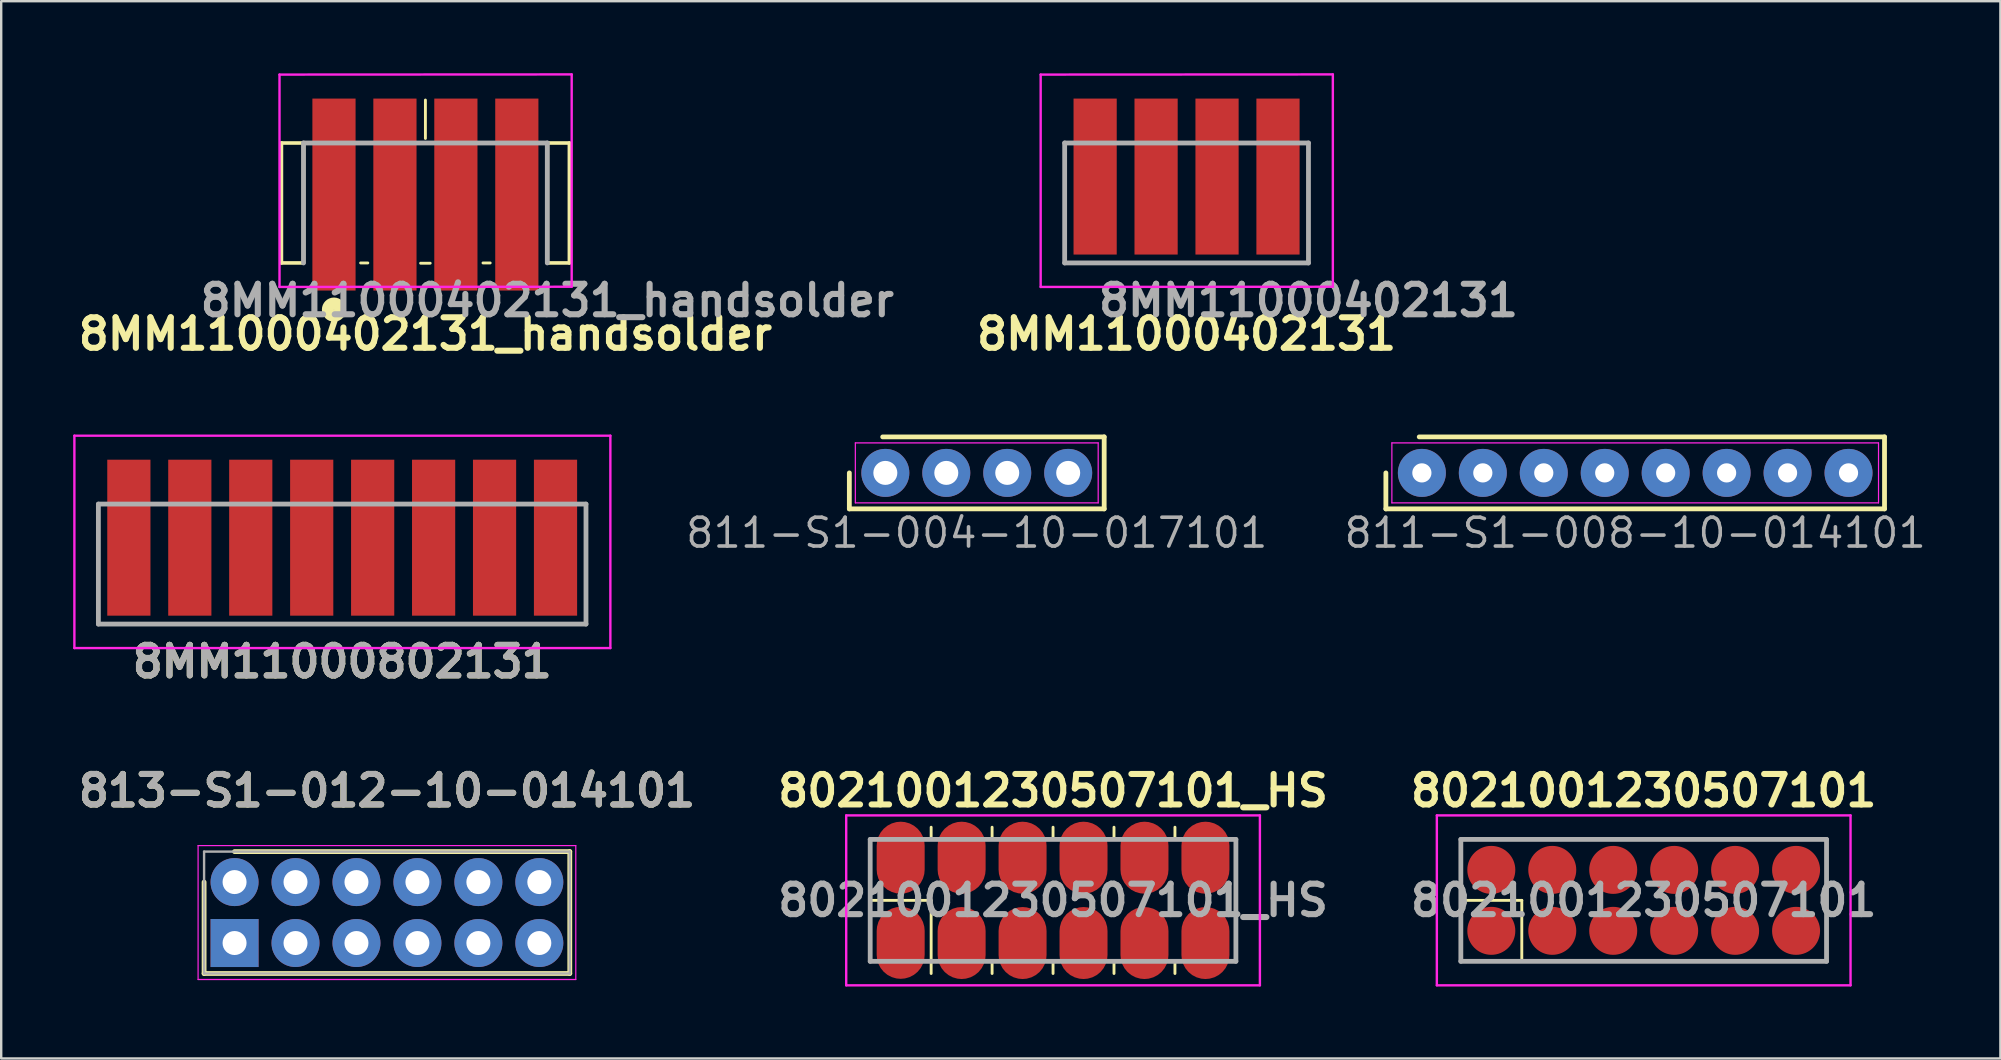
<source format=kicad_pcb>
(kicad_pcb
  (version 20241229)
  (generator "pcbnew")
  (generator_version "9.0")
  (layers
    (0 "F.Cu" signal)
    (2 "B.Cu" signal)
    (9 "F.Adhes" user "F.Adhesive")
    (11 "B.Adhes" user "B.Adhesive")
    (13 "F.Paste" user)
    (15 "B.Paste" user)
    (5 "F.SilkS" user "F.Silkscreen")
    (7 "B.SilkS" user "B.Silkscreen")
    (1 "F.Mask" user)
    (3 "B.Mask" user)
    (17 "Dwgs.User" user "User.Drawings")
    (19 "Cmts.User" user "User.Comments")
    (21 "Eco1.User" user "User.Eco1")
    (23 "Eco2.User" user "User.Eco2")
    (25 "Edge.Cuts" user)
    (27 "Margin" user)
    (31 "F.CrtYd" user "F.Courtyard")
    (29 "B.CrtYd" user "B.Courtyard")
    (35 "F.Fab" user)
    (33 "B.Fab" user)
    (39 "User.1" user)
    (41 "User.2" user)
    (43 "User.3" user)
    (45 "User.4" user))
  (footprint "8MM11000402131"
    (layer "F.Cu")
    (at 46.398 4.519)
    (property "Reference" "8MM11000402131" (at 0 6.35 0) (layer "F.SilkS") (effects (font (size 1.27 1.27) (thickness 0.254))))
    (attr smd)
    (fp_line (start -5.08 -1.611) (end -5.08 3.389) (stroke (width 0.1) (type solid)) (layer "F.SilkS"))
    (fp_line (start -5.08 3.389) (end 5.08 3.389) (stroke (width 0.1) (type solid)) (layer "F.SilkS"))
    (fp_line (start 5.08 3.389) (end 5.08 -1.611) (stroke (width 0.1) (type solid)) (layer "F.SilkS"))
    (fp_line (start -6.08 -4.461) (end 6.096 -4.468) (stroke (width 0.1) (type solid)) (layer "F.CrtYd"))
    (fp_line (start -6.08 4.389) (end -6.08 -4.461) (stroke (width 0.1) (type solid)) (layer "F.CrtYd"))
    (fp_line (start 6.096 -4.468) (end 6.096 4.381) (stroke (width 0.1) (type solid)) (layer "F.CrtYd"))
    (fp_line (start 6.096 4.381) (end -6.08 4.389) (stroke (width 0.1) (type solid)) (layer "F.CrtYd"))
    (fp_line (start -5.08 -1.611) (end 5.08 -1.611) (stroke (width 0.2) (type solid)) (layer "F.Fab"))
    (fp_line (start -5.08 3.389) (end -5.08 -1.611) (stroke (width 0.2) (type solid)) (layer "F.Fab"))
    (fp_line (start 5.08 -1.611) (end 5.08 3.389) (stroke (width 0.2) (type solid)) (layer "F.Fab"))
    (fp_line (start 5.08 3.389) (end -5.08 3.389) (stroke (width 0.2) (type solid)) (layer "F.Fab"))
    (fp_text user "${REFERENCE}" (at 5.08 4.953 0) (layer "F.Fab") (effects (font (size 1.27 1.27) (thickness 0.254))))
    (pad "1" smd rect (at -3.81 -0.211) (size 1.8 6.5) (layers "F.Cu" "F.Mask" "F.Paste"))
    (pad "2" smd rect (at -1.27 -0.211) (size 1.8 6.5) (layers "F.Cu" "F.Mask" "F.Paste"))
    (pad "3" smd rect (at 1.27 -0.211) (size 1.8 6.5) (layers "F.Cu" "F.Mask" "F.Paste"))
    (pad "4" smd rect (at 3.81 -0.211) (size 1.8 6.5) (layers "F.Cu" "F.Mask" "F.Paste")))
  (footprint "813-S1-012-10-014101"
    (layer "F.Cu")
    (at 6.725 33.709)
    (property "Reference" "813-S1-012-10-014101" (at 6.35 -3.81 0) (layer "F.SilkS") (effects (font (size 1.27 1.27) (thickness 0.254))))
    (attr through_hole)
    (fp_line (start -1.27 3.81) (end -1.27 0) (stroke (width 0.2) (type solid)) (layer "F.SilkS"))
    (fp_line (start 0 -1.27) (end 13.97 -1.27) (stroke (width 0.2) (type solid)) (layer "F.SilkS"))
    (fp_line (start 13.97 -1.27) (end 13.97 3.81) (stroke (width 0.2) (type solid)) (layer "F.SilkS"))
    (fp_line (start 13.97 3.81) (end -1.27 3.81) (stroke (width 0.2) (type solid)) (layer "F.SilkS"))
    (fp_line (start -1.52 -1.52) (end 14.22 -1.52) (stroke (width 0.05) (type solid)) (layer "F.CrtYd"))
    (fp_line (start -1.52 4.06) (end -1.52 -1.52) (stroke (width 0.05) (type solid)) (layer "F.CrtYd"))
    (fp_line (start 14.22 -1.52) (end 14.22 4.06) (stroke (width 0.05) (type solid)) (layer "F.CrtYd"))
    (fp_line (start 14.22 4.06) (end -1.52 4.06) (stroke (width 0.05) (type solid)) (layer "F.CrtYd"))
    (fp_line (start -1.27 -1.27) (end 13.97 -1.27) (stroke (width 0.1) (type solid)) (layer "F.Fab"))
    (fp_line (start -1.27 3.81) (end -1.27 -1.27) (stroke (width 0.1) (type solid)) (layer "F.Fab"))
    (fp_line (start 13.97 -1.27) (end 13.97 3.81) (stroke (width 0.1) (type solid)) (layer "F.Fab"))
    (fp_line (start 13.97 3.81) (end -1.27 3.81) (stroke (width 0.1) (type solid)) (layer "F.Fab"))
    (fp_text user "${REFERENCE}" (at 6.35 -3.81 0) (layer "F.Fab") (effects (font (size 1.27 1.27) (thickness 0.254))))
    (pad "1" thru_hole rect (at 0 2.54) (size 2 2) (drill 1) (layers "*.Cu" "*.Mask"))
    (pad "2" thru_hole circle (at 0 0) (size 2 2) (drill 1) (layers "*.Cu" "*.Mask"))
    (pad "3" thru_hole circle (at 2.54 2.54) (size 2 2) (drill 1) (layers "*.Cu" "*.Mask"))
    (pad "4" thru_hole circle (at 2.54 0) (size 2 2) (drill 1) (layers "*.Cu" "*.Mask"))
    (pad "5" thru_hole circle (at 5.08 2.54) (size 2 2) (drill 1) (layers "*.Cu" "*.Mask"))
    (pad "6" thru_hole circle (at 5.08 0) (size 2 2) (drill 1) (layers "*.Cu" "*.Mask"))
    (pad "7" thru_hole circle (at 7.62 2.54) (size 2 2) (drill 1) (layers "*.Cu" "*.Mask"))
    (pad "8" thru_hole circle (at 7.62 0) (size 2 2) (drill 1) (layers "*.Cu" "*.Mask"))
    (pad "9" thru_hole circle (at 10.16 2.54) (size 2 2) (drill 1) (layers "*.Cu" "*.Mask"))
    (pad "10" thru_hole circle (at 10.16 0) (size 2 2) (drill 1) (layers "*.Cu" "*.Mask"))
    (pad "11" thru_hole circle (at 12.7 2.54) (size 2 2) (drill 1) (layers "*.Cu" "*.Mask"))
    (pad "12" thru_hole circle (at 12.7 0) (size 2 2) (drill 1) (layers "*.Cu" "*.Mask")))
  (footprint "8MM11000802131"
    (layer "F.Cu")
    (at 11.21 19.568)
    (property "Reference" "8MM11000802131" (at 0 4.953 0) (layer "F.SilkS") (effects (font (size 1.27 1.27) (thickness 0.254))))
    (attr smd)
    (fp_line (start -10.16 -1.611) (end -10.16 3.389) (stroke (width 0.1) (type solid)) (layer "F.SilkS"))
    (fp_line (start -10.16 3.389) (end 10.16 3.389) (stroke (width 0.1) (type solid)) (layer "F.SilkS"))
    (fp_line (start 10.16 3.389) (end 10.16 -1.611) (stroke (width 0.1) (type solid)) (layer "F.SilkS"))
    (fp_line (start -11.16 -4.461) (end 11.176 -4.461) (stroke (width 0.1) (type solid)) (layer "F.CrtYd"))
    (fp_line (start -11.16 4.389) (end -11.16 -4.461) (stroke (width 0.1) (type solid)) (layer "F.CrtYd"))
    (fp_line (start 11.176 -4.461) (end 11.176 4.389) (stroke (width 0.1) (type solid)) (layer "F.CrtYd"))
    (fp_line (start 11.176 4.389) (end -11.16 4.389) (stroke (width 0.1) (type solid)) (layer "F.CrtYd"))
    (fp_line (start -10.16 -1.611) (end 10.16 -1.611) (stroke (width 0.2) (type solid)) (layer "F.Fab"))
    (fp_line (start -10.16 3.389) (end -10.16 -1.611) (stroke (width 0.2) (type solid)) (layer "F.Fab"))
    (fp_line (start 10.16 -1.611) (end 10.16 3.389) (stroke (width 0.2) (type solid)) (layer "F.Fab"))
    (fp_line (start 10.16 3.389) (end -10.16 3.389) (stroke (width 0.2) (type solid)) (layer "F.Fab"))
    (fp_text user "${REFERENCE}" (at 0 4.953 0) (layer "F.Fab") (effects (font (size 1.27 1.27) (thickness 0.254))))
    (pad "1" smd rect (at -8.89 -0.211) (size 1.8 6.5) (layers "F.Cu" "F.Mask" "F.Paste"))
    (pad "2" smd rect (at -6.35 -0.211) (size 1.8 6.5) (layers "F.Cu" "F.Mask" "F.Paste"))
    (pad "3" smd rect (at -3.81 -0.211) (size 1.8 6.5) (layers "F.Cu" "F.Mask" "F.Paste"))
    (pad "4" smd rect (at -1.27 -0.211) (size 1.8 6.5) (layers "F.Cu" "F.Mask" "F.Paste"))
    (pad "5" smd rect (at 1.27 -0.211) (size 1.8 6.5) (layers "F.Cu" "F.Mask" "F.Paste"))
    (pad "6" smd rect (at 3.81 -0.211) (size 1.8 6.5) (layers "F.Cu" "F.Mask" "F.Paste"))
    (pad "7" smd rect (at 6.35 -0.211) (size 1.8 6.5) (layers "F.Cu" "F.Mask" "F.Paste"))
    (pad "8" smd rect (at 8.89 -0.211) (size 1.8 6.5) (layers "F.Cu" "F.Mask" "F.Paste")))
  (footprint "811-S1-004-10-017101"
    (layer "F.Cu")
    (at 37.655 16.657)
    (property "Reference" "811-S1-004-10-017101" (at 0 2.5 0) (layer "F.Fab") (effects (font (size 1.2 1.2) (thickness 0.15))))
    (attr through_hole)
    (fp_line (start -5.31 1.5) (end -5.31 0) (stroke (width 0.2) (type solid)) (layer "F.SilkS"))
    (fp_line (start -3.92 -1.5) (end 5.31 -1.5) (stroke (width 0.2) (type solid)) (layer "F.SilkS"))
    (fp_line (start 5.31 -1.5) (end 5.31 1.5) (stroke (width 0.2) (type solid)) (layer "F.SilkS"))
    (fp_line (start 5.31 1.5) (end -5.31 1.5) (stroke (width 0.2) (type solid)) (layer "F.SilkS"))
    (fp_line (start -5.06 -1.25) (end 5.06 -1.25) (stroke (width 0.05) (type solid)) (layer "F.CrtYd"))
    (fp_line (start -5.06 1.25) (end -5.06 -1.25) (stroke (width 0.05) (type solid)) (layer "F.CrtYd"))
    (fp_line (start 5.06 -1.25) (end 5.06 1.25) (stroke (width 0.05) (type solid)) (layer "F.CrtYd"))
    (fp_line (start 5.06 1.25) (end -5.06 1.25) (stroke (width 0.05) (type solid)) (layer "F.CrtYd"))
    (pad "1" thru_hole circle (at -3.81 0) (size 2 2) (drill 1) (layers "*.Cu" "*.Mask"))
    (pad "2" thru_hole circle (at -1.27 0) (size 2 2) (drill 1) (layers "*.Cu" "*.Mask"))
    (pad "3" thru_hole circle (at 1.27 0) (size 2 2) (drill 1) (layers "*.Cu" "*.Mask"))
    (pad "4" thru_hole circle (at 3.81 0) (size 2 2) (drill 1) (layers "*.Cu" "*.Mask")))
  (footprint "811-S1-008-10-014101"
    (layer "F.Cu")
    (at 65.094 16.657)
    (property "Reference" "811-S1-008-10-014101" (at 0 2.5 0) (layer "F.Fab") (effects (font (size 1.2 1.2) (thickness 0.15))))
    (attr through_hole)
    (fp_line (start -10.39 1.5) (end -10.39 0) (stroke (width 0.2) (type solid)) (layer "F.SilkS"))
    (fp_line (start -9 -1.5) (end 10.39 -1.5) (stroke (width 0.2) (type solid)) (layer "F.SilkS"))
    (fp_line (start 10.39 -1.5) (end 10.39 1.5) (stroke (width 0.2) (type solid)) (layer "F.SilkS"))
    (fp_line (start 10.39 1.5) (end -10.39 1.5) (stroke (width 0.2) (type solid)) (layer "F.SilkS"))
    (fp_line (start -10.14 -1.25) (end 10.14 -1.25) (stroke (width 0.05) (type solid)) (layer "F.CrtYd"))
    (fp_line (start -10.14 1.25) (end -10.14 -1.25) (stroke (width 0.05) (type solid)) (layer "F.CrtYd"))
    (fp_line (start 10.14 -1.25) (end 10.14 1.25) (stroke (width 0.05) (type solid)) (layer "F.CrtYd"))
    (fp_line (start 10.14 1.25) (end -10.14 1.25) (stroke (width 0.05) (type solid)) (layer "F.CrtYd"))
    (pad "1" thru_hole circle (at -8.89 0) (size 2 2) (drill 0.8) (layers "*.Cu" "*.Mask"))
    (pad "2" thru_hole circle (at -6.35 0) (size 2 2) (drill 0.8) (layers "*.Cu" "*.Mask"))
    (pad "3" thru_hole circle (at -3.81 0) (size 2 2) (drill 0.8) (layers "*.Cu" "*.Mask"))
    (pad "4" thru_hole circle (at -1.27 0) (size 2 2) (drill 0.8) (layers "*.Cu" "*.Mask"))
    (pad "5" thru_hole circle (at 1.27 0) (size 2 2) (drill 0.8) (layers "*.Cu" "*.Mask"))
    (pad "6" thru_hole circle (at 3.81 0) (size 2 2) (drill 0.8) (layers "*.Cu" "*.Mask"))
    (pad "7" thru_hole circle (at 6.35 0) (size 2 2) (drill 0.8) (layers "*.Cu" "*.Mask"))
    (pad "8" thru_hole circle (at 8.89 0) (size 2 2) (drill 0.8) (layers "*.Cu" "*.Mask")))
  (footprint "8021001230507101_HS"
    (layer "F.Cu")
    (at 40.834 34.471)
    (property "Reference" "8021001230507101_HS" (at 0 -4.572 0) (layer "F.SilkS") (effects (font (size 1.27 1.27) (thickness 0.254))))
    (attr smd)
    (fp_line (start -7.62 0) (end -7.62 -2.54) (stroke (width 0.12) (type solid)) (layer "F.SilkS"))
    (fp_line (start -7.62 0) (end -5.08 0) (stroke (width 0.12) (type solid)) (layer "F.SilkS"))
    (fp_line (start -7.62 1.778) (end -7.62 2.54) (stroke (width 0.12) (type solid)) (layer "F.SilkS"))
    (fp_line (start -7.62 2.54) (end -7.62 1.778) (stroke (width 0.12) (type solid)) (layer "F.SilkS"))
    (fp_line (start -5.08 -2.54) (end -5.08 -3.048) (stroke (width 0.12) (type solid)) (layer "F.SilkS"))
    (fp_line (start -5.08 0) (end -5.08 2.54) (stroke (width 0.12) (type solid)) (layer "F.SilkS"))
    (fp_line (start -5.08 2.54) (end -5.08 3.048) (stroke (width 0.12) (type solid)) (layer "F.SilkS"))
    (fp_line (start -2.54 -2.54) (end -2.54 -3.048) (stroke (width 0.12) (type solid)) (layer "F.SilkS"))
    (fp_line (start -2.54 2.54) (end -2.54 3.048) (stroke (width 0.12) (type solid)) (layer "F.SilkS"))
    (fp_line (start 0 -2.54) (end 0 -3.048) (stroke (width 0.12) (type solid)) (layer "F.SilkS"))
    (fp_line (start 0 2.54) (end 0 3.048) (stroke (width 0.12) (type solid)) (layer "F.SilkS"))
    (fp_line (start 2.54 -2.54) (end 2.54 -3.048) (stroke (width 0.12) (type solid)) (layer "F.SilkS"))
    (fp_line (start 2.54 2.54) (end 2.54 3.048) (stroke (width 0.12) (type solid)) (layer "F.SilkS"))
    (fp_line (start 5.08 -2.54) (end 5.08 -3.048) (stroke (width 0.12) (type solid)) (layer "F.SilkS"))
    (fp_line (start 5.08 2.54) (end 5.08 3.048) (stroke (width 0.12) (type solid)) (layer "F.SilkS"))
    (fp_line (start 7.62 -2.54) (end 7.62 2.54) (stroke (width 0.12) (type solid)) (layer "F.SilkS"))
    (fp_line (start -8.62 -3.54) (end 8.62 -3.54) (stroke (width 0.1) (type solid)) (layer "F.CrtYd"))
    (fp_line (start -8.62 3.54) (end -8.62 -3.54) (stroke (width 0.1) (type solid)) (layer "F.CrtYd"))
    (fp_line (start 8.62 -3.54) (end 8.62 3.54) (stroke (width 0.1) (type solid)) (layer "F.CrtYd"))
    (fp_line (start 8.62 3.54) (end -8.62 3.54) (stroke (width 0.1) (type solid)) (layer "F.CrtYd"))
    (fp_line (start -7.62 -2.54) (end 7.62 -2.54) (stroke (width 0.2) (type solid)) (layer "F.Fab"))
    (fp_line (start -7.62 2.54) (end -7.62 -2.54) (stroke (width 0.2) (type solid)) (layer "F.Fab"))
    (fp_line (start 7.62 -2.54) (end 7.62 2.54) (stroke (width 0.2) (type solid)) (layer "F.Fab"))
    (fp_line (start 7.62 2.54) (end -7.62 2.54) (stroke (width 0.2) (type solid)) (layer "F.Fab"))
    (fp_text user "${REFERENCE}" (at 0 0 0) (layer "F.Fab") (effects (font (size 1.27 1.27) (thickness 0.254))))
    (pad "1" smd roundrect (at -6.35 1.77 90) (size 3 2) (layers "F.Cu" "F.Mask" "F.Paste") (roundrect_rratio 0.5))
    (pad "2" smd roundrect (at -6.35 -1.778 90) (size 3 2) (layers "F.Cu" "F.Mask" "F.Paste") (roundrect_rratio 0.5))
    (pad "3" smd roundrect (at -3.81 1.778 90) (size 3 2) (layers "F.Cu" "F.Mask" "F.Paste") (roundrect_rratio 0.5))
    (pad "4" smd roundrect (at -3.81 -1.778 90) (size 3 2) (layers "F.Cu" "F.Mask" "F.Paste") (roundrect_rratio 0.5))
    (pad "5" smd roundrect (at -1.27 1.778 90) (size 3 2) (layers "F.Cu" "F.Mask" "F.Paste") (roundrect_rratio 0.5))
    (pad "6" smd roundrect (at -1.27 -1.778 90) (size 3 2) (layers "F.Cu" "F.Mask" "F.Paste") (roundrect_rratio 0.5))
    (pad "7" smd roundrect (at 1.27 1.778 90) (size 3 2) (layers "F.Cu" "F.Mask" "F.Paste") (roundrect_rratio 0.5))
    (pad "8" smd roundrect (at 1.27 -1.778 90) (size 3 2) (layers "F.Cu" "F.Mask" "F.Paste") (roundrect_rratio 0.5))
    (pad "9" smd roundrect (at 3.81 1.778 90) (size 3 2) (layers "F.Cu" "F.Mask" "F.Paste") (roundrect_rratio 0.5))
    (pad "10" smd roundrect (at 3.81 -1.778 90) (size 3 2) (layers "F.Cu" "F.Mask" "F.Paste") (roundrect_rratio 0.5))
    (pad "11" smd roundrect (at 6.35 1.778 90) (size 3 2) (layers "F.Cu" "F.Mask" "F.Paste") (roundrect_rratio 0.5))
    (pad "12" smd roundrect (at 6.35 -1.778 90) (size 3 2) (layers "F.Cu" "F.Mask" "F.Paste") (roundrect_rratio 0.5)))
  (footprint "8021001230507101"
    (layer "F.Cu")
    (at 65.448 34.471)
    (property "Reference" "8021001230507101" (at 0 -4.572 0) (layer "F.SilkS") (effects (font (size 1.27 1.27) (thickness 0.254))))
    (attr smd)
    (fp_line (start -7.62 -2.54) (end 7.62 -2.54) (stroke (width 0.12) (type solid)) (layer "F.SilkS"))
    (fp_line (start -7.62 0) (end -7.62 -2.54) (stroke (width 0.12) (type solid)) (layer "F.SilkS"))
    (fp_line (start -7.62 0) (end -5.08 0) (stroke (width 0.12) (type solid)) (layer "F.SilkS"))
    (fp_line (start -7.62 1.778) (end -7.62 2.54) (stroke (width 0.12) (type solid)) (layer "F.SilkS"))
    (fp_line (start -7.62 2.54) (end -7.62 1.778) (stroke (width 0.12) (type solid)) (layer "F.SilkS"))
    (fp_line (start -7.62 2.54) (end -6.858 2.54) (stroke (width 0.12) (type solid)) (layer "F.SilkS"))
    (fp_line (start -5.08 0) (end -5.08 2.54) (stroke (width 0.12) (type solid)) (layer "F.SilkS"))
    (fp_line (start 7.62 -2.54) (end 7.62 2.54) (stroke (width 0.12) (type solid)) (layer "F.SilkS"))
    (fp_line (start 7.62 2.54) (end -5.08 2.54) (stroke (width 0.12) (type solid)) (layer "F.SilkS"))
    (fp_line (start -8.62 -3.54) (end 8.62 -3.54) (stroke (width 0.1) (type solid)) (layer "F.CrtYd"))
    (fp_line (start -8.62 3.54) (end -8.62 -3.54) (stroke (width 0.1) (type solid)) (layer "F.CrtYd"))
    (fp_line (start 8.62 -3.54) (end 8.62 3.54) (stroke (width 0.1) (type solid)) (layer "F.CrtYd"))
    (fp_line (start 8.62 3.54) (end -8.62 3.54) (stroke (width 0.1) (type solid)) (layer "F.CrtYd"))
    (fp_line (start -7.62 -2.54) (end 7.62 -2.54) (stroke (width 0.2) (type solid)) (layer "F.Fab"))
    (fp_line (start -7.62 2.54) (end -7.62 -2.54) (stroke (width 0.2) (type solid)) (layer "F.Fab"))
    (fp_line (start 7.62 -2.54) (end 7.62 2.54) (stroke (width 0.2) (type solid)) (layer "F.Fab"))
    (fp_line (start 7.62 2.54) (end -7.62 2.54) (stroke (width 0.2) (type solid)) (layer "F.Fab"))
    (fp_text user "${REFERENCE}" (at 0 0 0) (layer "F.Fab") (effects (font (size 1.27 1.27) (thickness 0.254))))
    (pad "1" smd circle (at -6.35 1.27 90) (size 2 2) (layers "F.Cu" "F.Mask" "F.Paste"))
    (pad "2" smd circle (at -6.35 -1.27 90) (size 2 2) (layers "F.Cu" "F.Mask" "F.Paste"))
    (pad "3" smd circle (at -3.81 1.27 90) (size 2 2) (layers "F.Cu" "F.Mask" "F.Paste"))
    (pad "4" smd circle (at -3.81 -1.27 90) (size 2 2) (layers "F.Cu" "F.Mask" "F.Paste"))
    (pad "5" smd circle (at -1.27 1.27 90) (size 2 2) (layers "F.Cu" "F.Mask" "F.Paste"))
    (pad "6" smd circle (at -1.27 -1.27 90) (size 2 2) (layers "F.Cu" "F.Mask" "F.Paste"))
    (pad "7" smd circle (at 1.27 1.27 90) (size 2 2) (layers "F.Cu" "F.Mask" "F.Paste"))
    (pad "8" smd circle (at 1.27 -1.27 90) (size 2 2) (layers "F.Cu" "F.Mask" "F.Paste"))
    (pad "9" smd circle (at 3.81 1.27 90) (size 2 2) (layers "F.Cu" "F.Mask" "F.Paste"))
    (pad "10" smd circle (at 3.81 -1.27 90) (size 2 2) (layers "F.Cu" "F.Mask" "F.Paste"))
    (pad "11" smd circle (at 6.35 1.27 90) (size 2 2) (layers "F.Cu" "F.Mask" "F.Paste"))
    (pad "12" smd circle (at 6.35 -1.27 90) (size 2 2) (layers "F.Cu" "F.Mask" "F.Paste")))
  (footprint "8MM11000402131_handsolder"
    (layer "F.Cu")
    (at 14.678 4.519)
    (property "Reference" "8MM11000402131_handsolder" (at 0 6.35 0) (layer "F.SilkS") (effects (font (size 1.27 1.27) (thickness 0.254))))
    (attr smd)
    (fp_line (start -6 -1.611) (end -5.08 -1.611) (stroke (width 0.15) (type solid)) (layer "F.SilkS"))
    (fp_line (start -6 3.389) (end -6 -1.611) (stroke (width 0.15) (type solid)) (layer "F.SilkS"))
    (fp_line (start -6 3.389) (end -5.08 3.389) (stroke (width 0.15) (type solid)) (layer "F.SilkS"))
    (fp_line (start -5.08 -1.611) (end -5.08 3.389) (stroke (width 0.15) (type solid)) (layer "F.SilkS"))
    (fp_line (start -2.7 3.389) (end -2.4 3.389) (stroke (width 0.12) (type solid)) (layer "F.SilkS"))
    (fp_line (start -0.2 3.4) (end 0.2 3.4) (stroke (width 0.12) (type solid)) (layer "F.SilkS"))
    (fp_line (start 0 -1.8) (end 0 -3.4) (stroke (width 0.12) (type solid)) (layer "F.SilkS"))
    (fp_line (start 2.4 3.389) (end 2.7 3.389) (stroke (width 0.12) (type solid)) (layer "F.SilkS"))
    (fp_line (start 5.08 -1.611) (end 6 -1.611) (stroke (width 0.15) (type solid)) (layer "F.SilkS"))
    (fp_line (start 5.08 3.389) (end 5.08 -1.611) (stroke (width 0.15) (type solid)) (layer "F.SilkS"))
    (fp_line (start 5.08 3.389) (end 6 3.389) (stroke (width 0.15) (type solid)) (layer "F.SilkS"))
    (fp_line (start 6 3.389) (end 6 -1.611) (stroke (width 0.15) (type solid)) (layer "F.SilkS"))
    (fp_circle (center -3.81 5.334) (end -3.556 5.334) (stroke (width 0.5) (type solid)) (fill no) (layer "F.SilkS"))
    (fp_line (start -6.08 -4.461) (end 6.096 -4.468) (stroke (width 0.1) (type solid)) (layer "F.CrtYd"))
    (fp_line (start -6.08 4.389) (end -6.08 -4.461) (stroke (width 0.1) (type solid)) (layer "F.CrtYd"))
    (fp_line (start 6.096 -4.468) (end 6.096 4.381) (stroke (width 0.1) (type solid)) (layer "F.CrtYd"))
    (fp_line (start 6.096 4.381) (end -6.08 4.389) (stroke (width 0.1) (type solid)) (layer "F.CrtYd"))
    (fp_line (start -5.08 -1.611) (end 5.08 -1.611) (stroke (width 0.2) (type solid)) (layer "F.Fab"))
    (fp_line (start -5.08 3.389) (end -5.08 -1.611) (stroke (width 0.2) (type solid)) (layer "F.Fab"))
    (fp_line (start 5.08 -1.611) (end 5.08 3.389) (stroke (width 0.2) (type solid)) (layer "F.Fab"))
    (fp_text user "${REFERENCE}" (at 5.08 4.953 0) (layer "F.Fab") (effects (font (size 1.27 1.27) (thickness 0.254))))
    (pad "1" smd rect (at -3.81 0.539) (size 1.8 8) (layers "F.Cu" "F.Mask" "F.Paste"))
    (pad "2" smd rect (at -1.27 0.539) (size 1.8 8) (layers "F.Cu" "F.Mask" "F.Paste"))
    (pad "3" smd rect (at 1.27 0.539) (size 1.8 8) (layers "F.Cu" "F.Mask" "F.Paste"))
    (pad "4" smd rect (at 3.81 0.539) (size 1.8 8) (layers "F.Cu" "F.Mask" "F.Paste")))
  (gr_rect
    (start -3 -3)
    (end 80.313 41.061)
    (stroke (width 0.1) (type default))
    (fill no)
    (layer "Edge.Cuts")))
</source>
